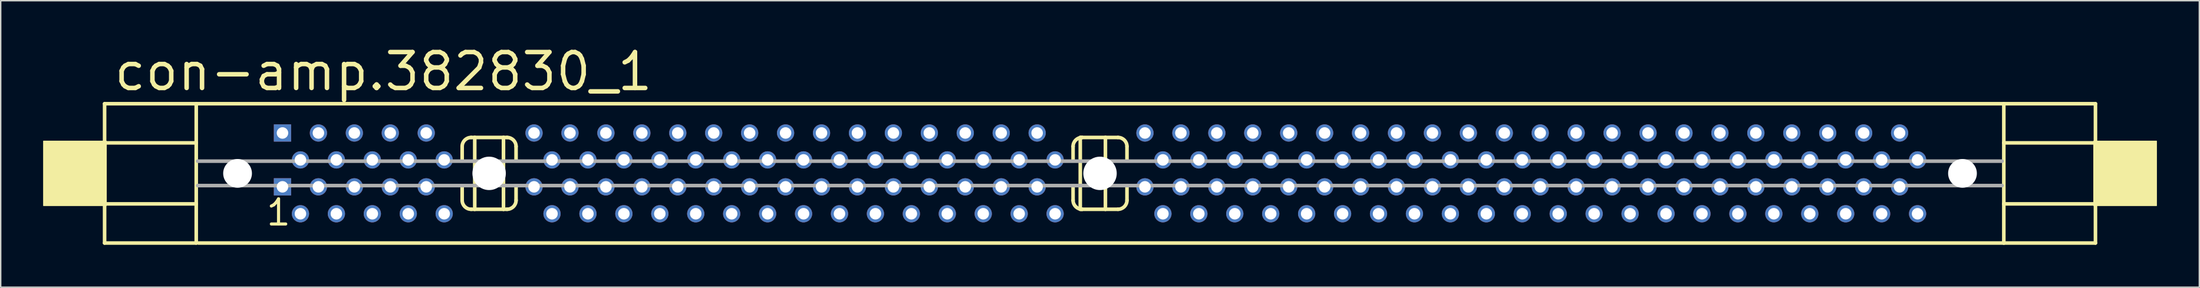
<source format=kicad_pcb>
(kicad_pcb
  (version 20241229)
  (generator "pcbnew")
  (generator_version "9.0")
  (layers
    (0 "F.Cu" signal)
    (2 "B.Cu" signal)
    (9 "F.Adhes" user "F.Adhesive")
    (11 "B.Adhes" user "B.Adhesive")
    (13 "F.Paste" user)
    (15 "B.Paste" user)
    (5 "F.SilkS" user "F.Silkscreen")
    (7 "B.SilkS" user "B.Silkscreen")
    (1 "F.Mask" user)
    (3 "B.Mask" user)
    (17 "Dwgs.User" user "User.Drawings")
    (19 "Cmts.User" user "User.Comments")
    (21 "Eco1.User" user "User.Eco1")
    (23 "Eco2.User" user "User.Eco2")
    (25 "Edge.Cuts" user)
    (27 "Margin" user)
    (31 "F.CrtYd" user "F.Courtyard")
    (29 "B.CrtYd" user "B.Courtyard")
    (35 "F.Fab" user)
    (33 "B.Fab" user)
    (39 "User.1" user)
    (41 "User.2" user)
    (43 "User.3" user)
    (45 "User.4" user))
  (footprint "con-amp.382830_1"
    (layer "F.Cu")
    (at 74.701 9.215)
    (property "Reference" "con-amp.382830_1" (at -69.85 -5.715 0) (layer "F.SilkS") (effects (font (size 2.54 2.54) (thickness 0.32)) (justify left bottom)))
    (attr through_hole)
    (fp_line (start -70.358 -4.928) (end -63.881 -4.928) (stroke (width 0.254) (type default)) (layer "F.SilkS"))
    (fp_line (start -70.358 -2.311) (end -70.358 -4.928) (stroke (width 0.254) (type default)) (layer "F.SilkS"))
    (fp_line (start -70.358 2.286) (end -70.358 4.928) (stroke (width 0.254) (type default)) (layer "F.SilkS"))
    (fp_line (start -70.358 4.928) (end -63.881 4.928) (stroke (width 0.254) (type default)) (layer "F.SilkS"))
    (fp_line (start -70.333 -2.159) (end -63.881 -2.159) (stroke (width 0.254) (type default)) (layer "F.SilkS"))
    (fp_line (start -63.881 -4.928) (end -63.881 -2.159) (stroke (width 0.254) (type default)) (layer "F.SilkS"))
    (fp_line (start -63.881 -4.928) (end 63.881 -4.928) (stroke (width 0.254) (type default)) (layer "F.SilkS"))
    (fp_line (start -63.881 -2.159) (end -63.881 2.159) (stroke (width 0.254) (type default)) (layer "F.SilkS"))
    (fp_line (start -63.881 2.159) (end -70.333 2.159) (stroke (width 0.254) (type default)) (layer "F.SilkS"))
    (fp_line (start -63.881 4.928) (end -63.881 2.159) (stroke (width 0.254) (type default)) (layer "F.SilkS"))
    (fp_line (start -45.085 -1.905) (end -45.085 -0.889) (stroke (width 0.254) (type default)) (layer "F.SilkS"))
    (fp_line (start -45.085 0.889) (end -45.085 1.905) (stroke (width 0.254) (type default)) (layer "F.SilkS"))
    (fp_line (start -44.45 2.54) (end -44.196 2.54) (stroke (width 0.254) (type default)) (layer "F.SilkS"))
    (fp_line (start -44.196 -2.54) (end -44.45 -2.54) (stroke (width 0.254) (type default)) (layer "F.SilkS"))
    (fp_line (start -44.196 2.54) (end -44.196 -2.54) (stroke (width 0.254) (type default)) (layer "F.SilkS"))
    (fp_line (start -44.196 2.54) (end -42.164 2.54) (stroke (width 0.254) (type default)) (layer "F.SilkS"))
    (fp_line (start -42.164 -2.54) (end -44.196 -2.54) (stroke (width 0.254) (type default)) (layer "F.SilkS"))
    (fp_line (start -42.164 2.54) (end -42.164 -2.54) (stroke (width 0.254) (type default)) (layer "F.SilkS"))
    (fp_line (start -42.164 2.54) (end -41.91 2.54) (stroke (width 0.254) (type default)) (layer "F.SilkS"))
    (fp_line (start -41.91 -2.54) (end -42.164 -2.54) (stroke (width 0.254) (type default)) (layer "F.SilkS"))
    (fp_line (start -41.275 -0.889) (end -41.275 -1.905) (stroke (width 0.254) (type default)) (layer "F.SilkS"))
    (fp_line (start -41.275 1.905) (end -41.275 0.889) (stroke (width 0.254) (type default)) (layer "F.SilkS"))
    (fp_line (start -1.905 -1.905) (end -1.905 -0.889) (stroke (width 0.254) (type default)) (layer "F.SilkS"))
    (fp_line (start -1.905 0.889) (end -1.905 1.905) (stroke (width 0.254) (type default)) (layer "F.SilkS"))
    (fp_line (start -1.397 2.54) (end -1.397 -2.54) (stroke (width 0.254) (type default)) (layer "F.SilkS"))
    (fp_line (start -1.397 2.54) (end -1.27 2.54) (stroke (width 0.254) (type default)) (layer "F.SilkS"))
    (fp_line (start -1.27 -2.54) (end -1.397 -2.54) (stroke (width 0.254) (type default)) (layer "F.SilkS"))
    (fp_line (start -1.27 2.54) (end 0.381 2.54) (stroke (width 0.254) (type default)) (layer "F.SilkS"))
    (fp_line (start 0.381 -2.54) (end -1.27 -2.54) (stroke (width 0.254) (type default)) (layer "F.SilkS"))
    (fp_line (start 0.381 2.54) (end 0.381 -2.54) (stroke (width 0.254) (type default)) (layer "F.SilkS"))
    (fp_line (start 0.381 2.54) (end 1.27 2.54) (stroke (width 0.254) (type default)) (layer "F.SilkS"))
    (fp_line (start 1.27 -2.54) (end 0.381 -2.54) (stroke (width 0.254) (type default)) (layer "F.SilkS"))
    (fp_line (start 1.905 -0.889) (end 1.905 -1.905) (stroke (width 0.254) (type default)) (layer "F.SilkS"))
    (fp_line (start 1.905 1.905) (end 1.905 0.889) (stroke (width 0.254) (type default)) (layer "F.SilkS"))
    (fp_line (start 63.881 -4.928) (end 63.881 -2.159) (stroke (width 0.254) (type default)) (layer "F.SilkS"))
    (fp_line (start 63.881 -2.159) (end 63.881 2.159) (stroke (width 0.254) (type default)) (layer "F.SilkS"))
    (fp_line (start 63.881 2.159) (end 63.881 4.928) (stroke (width 0.254) (type default)) (layer "F.SilkS"))
    (fp_line (start 63.881 4.928) (end -63.729 4.928) (stroke (width 0.254) (type default)) (layer "F.SilkS"))
    (fp_line (start 63.881 4.928) (end 70.358 4.928) (stroke (width 0.254) (type default)) (layer "F.SilkS"))
    (fp_line (start 70.358 -4.928) (end 63.881 -4.928) (stroke (width 0.254) (type default)) (layer "F.SilkS"))
    (fp_line (start 70.358 -2.159) (end 63.881 -2.159) (stroke (width 0.254) (type default)) (layer "F.SilkS"))
    (fp_line (start 70.358 -2.159) (end 70.358 -4.928) (stroke (width 0.254) (type default)) (layer "F.SilkS"))
    (fp_line (start 70.358 2.159) (end 63.881 2.159) (stroke (width 0.254) (type default)) (layer "F.SilkS"))
    (fp_line (start 70.358 4.928) (end 70.358 2.159) (stroke (width 0.254) (type default)) (layer "F.SilkS"))
    (fp_rect (start -74.676 2.286) (end -70.231 -2.286) (stroke (width 0.05) (type default)) (fill yes) (layer "F.SilkS"))
    (fp_rect (start 70.231 2.286) (end 74.676 -2.286) (stroke (width 0.05) (type default)) (fill yes) (layer "F.SilkS"))
    (fp_arc (start -45.085 -1.905) (mid -44.899013 -2.354013) (end -44.45 -2.54) (stroke (width 0.254) (type default)) (layer "F.SilkS"))
    (fp_arc (start -44.45 2.54) (mid -44.899013 2.354013) (end -45.085 1.905) (stroke (width 0.254) (type default)) (layer "F.SilkS"))
    (fp_arc (start -41.91 -2.54) (mid -41.460987 -2.354013) (end -41.275 -1.905) (stroke (width 0.254) (type default)) (layer "F.SilkS"))
    (fp_arc (start -41.275 1.905) (mid -41.460987 2.354013) (end -41.91 2.54) (stroke (width 0.254) (type default)) (layer "F.SilkS"))
    (fp_arc (start -1.905 -1.905) (mid -1.719013 -2.354013) (end -1.27 -2.54) (stroke (width 0.254) (type default)) (layer "F.SilkS"))
    (fp_arc (start -1.27 2.54) (mid -1.719013 2.354013) (end -1.905 1.905) (stroke (width 0.254) (type default)) (layer "F.SilkS"))
    (fp_arc (start 1.27 -2.54) (mid 1.719013 -2.354013) (end 1.905 -1.905) (stroke (width 0.254) (type default)) (layer "F.SilkS"))
    (fp_arc (start 1.905 1.905) (mid 1.719013 2.354013) (end 1.27 2.54) (stroke (width 0.254) (type default)) (layer "F.SilkS"))
    (fp_line (start -63.779 -0.864) (end 63.754 -0.864) (stroke (width 0.254) (type default)) (layer "F.Fab"))
    (fp_line (start -63.779 0.864) (end 63.754 0.864) (stroke (width 0.254) (type default)) (layer "F.Fab"))
    (fp_text user "1" (at -59.055 3.81 0) (layer "F.SilkS") (effects (font (size 1.778 1.778) (thickness 0.22)) (justify left bottom)))
    (pad "" np_thru_hole circle (at -60.96 0) (size 2.032 2.032) (drill 2.032) (layers "*.Cu" "*.Mask"))
    (pad "" np_thru_hole circle (at -43.18 0) (size 2.362 2.362) (drill 2.362) (layers "*.Cu" "*.Mask"))
    (pad "" np_thru_hole circle (at 0 0) (size 2.362 2.362) (drill 2.362) (layers "*.Cu" "*.Mask"))
    (pad "" np_thru_hole circle (at 60.96 0) (size 2.032 2.032) (drill 2.032) (layers "*.Cu" "*.Mask"))
    (pad "1" thru_hole rect (at -57.785 0.953) (size 1.219 1.219) (drill 0.813) (layers "*.Cu" "*.Mask"))
    (pad "2" thru_hole circle (at -56.515 2.857) (size 1.219 1.219) (drill 0.813) (layers "*.Cu" "*.Mask"))
    (pad "3" thru_hole circle (at -55.245 0.953) (size 1.219 1.219) (drill 0.813) (layers "*.Cu" "*.Mask"))
    (pad "4" thru_hole circle (at -53.975 2.857) (size 1.219 1.219) (drill 0.813) (layers "*.Cu" "*.Mask"))
    (pad "5" thru_hole circle (at -52.705 0.953) (size 1.219 1.219) (drill 0.813) (layers "*.Cu" "*.Mask"))
    (pad "6" thru_hole circle (at -51.435 2.857) (size 1.219 1.219) (drill 0.813) (layers "*.Cu" "*.Mask"))
    (pad "7" thru_hole circle (at -50.165 0.953) (size 1.219 1.219) (drill 0.813) (layers "*.Cu" "*.Mask"))
    (pad "8" thru_hole circle (at -48.895 2.857) (size 1.219 1.219) (drill 0.813) (layers "*.Cu" "*.Mask"))
    (pad "9" thru_hole circle (at -47.625 0.953) (size 1.219 1.219) (drill 0.813) (layers "*.Cu" "*.Mask"))
    (pad "10" thru_hole circle (at -46.355 2.857) (size 1.219 1.219) (drill 0.813) (layers "*.Cu" "*.Mask"))
    (pad "11" thru_hole circle (at -40.005 0.953) (size 1.219 1.219) (drill 0.813) (layers "*.Cu" "*.Mask"))
    (pad "12" thru_hole circle (at -38.735 2.857) (size 1.219 1.219) (drill 0.813) (layers "*.Cu" "*.Mask"))
    (pad "13" thru_hole circle (at -37.465 0.953) (size 1.219 1.219) (drill 0.813) (layers "*.Cu" "*.Mask"))
    (pad "14" thru_hole circle (at -36.195 2.857) (size 1.219 1.219) (drill 0.813) (layers "*.Cu" "*.Mask"))
    (pad "15" thru_hole circle (at -34.925 0.953) (size 1.219 1.219) (drill 0.813) (layers "*.Cu" "*.Mask"))
    (pad "16" thru_hole circle (at -33.655 2.857) (size 1.219 1.219) (drill 0.813) (layers "*.Cu" "*.Mask"))
    (pad "17" thru_hole circle (at -32.385 0.953) (size 1.219 1.219) (drill 0.813) (layers "*.Cu" "*.Mask"))
    (pad "18" thru_hole circle (at -31.115 2.857) (size 1.219 1.219) (drill 0.813) (layers "*.Cu" "*.Mask"))
    (pad "19" thru_hole circle (at -29.845 0.953) (size 1.219 1.219) (drill 0.813) (layers "*.Cu" "*.Mask"))
    (pad "20" thru_hole circle (at -28.575 2.857) (size 1.219 1.219) (drill 0.813) (layers "*.Cu" "*.Mask"))
    (pad "21" thru_hole circle (at -27.305 0.953) (size 1.219 1.219) (drill 0.813) (layers "*.Cu" "*.Mask"))
    (pad "22" thru_hole circle (at -26.035 2.857) (size 1.219 1.219) (drill 0.813) (layers "*.Cu" "*.Mask"))
    (pad "23" thru_hole circle (at -24.765 0.953) (size 1.219 1.219) (drill 0.813) (layers "*.Cu" "*.Mask"))
    (pad "24" thru_hole circle (at -23.495 2.857) (size 1.219 1.219) (drill 0.813) (layers "*.Cu" "*.Mask"))
    (pad "25" thru_hole circle (at -22.225 0.953) (size 1.219 1.219) (drill 0.813) (layers "*.Cu" "*.Mask"))
    (pad "26" thru_hole circle (at -20.955 2.857) (size 1.219 1.219) (drill 0.813) (layers "*.Cu" "*.Mask"))
    (pad "27" thru_hole circle (at -19.685 0.953) (size 1.219 1.219) (drill 0.813) (layers "*.Cu" "*.Mask"))
    (pad "28" thru_hole circle (at -18.415 2.857) (size 1.219 1.219) (drill 0.813) (layers "*.Cu" "*.Mask"))
    (pad "29" thru_hole circle (at -17.145 0.953) (size 1.219 1.219) (drill 0.813) (layers "*.Cu" "*.Mask"))
    (pad "30" thru_hole circle (at -15.875 2.857) (size 1.219 1.219) (drill 0.813) (layers "*.Cu" "*.Mask"))
    (pad "31" thru_hole circle (at -14.605 0.953) (size 1.219 1.219) (drill 0.813) (layers "*.Cu" "*.Mask"))
    (pad "32" thru_hole circle (at -13.335 2.857) (size 1.219 1.219) (drill 0.813) (layers "*.Cu" "*.Mask"))
    (pad "33" thru_hole circle (at -12.065 0.953) (size 1.219 1.219) (drill 0.813) (layers "*.Cu" "*.Mask"))
    (pad "34" thru_hole circle (at -10.795 2.857) (size 1.219 1.219) (drill 0.813) (layers "*.Cu" "*.Mask"))
    (pad "35" thru_hole circle (at -9.525 0.953) (size 1.219 1.219) (drill 0.813) (layers "*.Cu" "*.Mask"))
    (pad "36" thru_hole circle (at -8.255 2.857) (size 1.219 1.219) (drill 0.813) (layers "*.Cu" "*.Mask"))
    (pad "37" thru_hole circle (at -6.985 0.953) (size 1.219 1.219) (drill 0.813) (layers "*.Cu" "*.Mask"))
    (pad "38" thru_hole circle (at -5.715 2.857) (size 1.219 1.219) (drill 0.813) (layers "*.Cu" "*.Mask"))
    (pad "39" thru_hole circle (at -4.445 0.953) (size 1.219 1.219) (drill 0.813) (layers "*.Cu" "*.Mask"))
    (pad "40" thru_hole circle (at -3.175 2.857) (size 1.219 1.219) (drill 0.813) (layers "*.Cu" "*.Mask"))
    (pad "41" thru_hole circle (at 3.175 0.953) (size 1.219 1.219) (drill 0.813) (layers "*.Cu" "*.Mask"))
    (pad "42" thru_hole circle (at 4.445 2.857) (size 1.219 1.219) (drill 0.813) (layers "*.Cu" "*.Mask"))
    (pad "43" thru_hole circle (at 5.715 0.953) (size 1.219 1.219) (drill 0.813) (layers "*.Cu" "*.Mask"))
    (pad "44" thru_hole circle (at 6.985 2.857) (size 1.219 1.219) (drill 0.813) (layers "*.Cu" "*.Mask"))
    (pad "45" thru_hole circle (at 8.255 0.953) (size 1.219 1.219) (drill 0.813) (layers "*.Cu" "*.Mask"))
    (pad "46" thru_hole circle (at 9.525 2.857) (size 1.219 1.219) (drill 0.813) (layers "*.Cu" "*.Mask"))
    (pad "47" thru_hole circle (at 10.795 0.953) (size 1.219 1.219) (drill 0.813) (layers "*.Cu" "*.Mask"))
    (pad "48" thru_hole circle (at 12.065 2.857) (size 1.219 1.219) (drill 0.813) (layers "*.Cu" "*.Mask"))
    (pad "49" thru_hole circle (at 13.335 0.953) (size 1.219 1.219) (drill 0.813) (layers "*.Cu" "*.Mask"))
    (pad "50" thru_hole circle (at 14.605 2.857) (size 1.219 1.219) (drill 0.813) (layers "*.Cu" "*.Mask"))
    (pad "51" thru_hole circle (at 15.875 0.953) (size 1.219 1.219) (drill 0.813) (layers "*.Cu" "*.Mask"))
    (pad "52" thru_hole circle (at 17.145 2.857) (size 1.219 1.219) (drill 0.813) (layers "*.Cu" "*.Mask"))
    (pad "53" thru_hole circle (at 18.415 0.953) (size 1.219 1.219) (drill 0.813) (layers "*.Cu" "*.Mask"))
    (pad "54" thru_hole circle (at 19.685 2.857) (size 1.219 1.219) (drill 0.813) (layers "*.Cu" "*.Mask"))
    (pad "55" thru_hole circle (at 20.955 0.953) (size 1.219 1.219) (drill 0.813) (layers "*.Cu" "*.Mask"))
    (pad "56" thru_hole circle (at 22.225 2.857) (size 1.219 1.219) (drill 0.813) (layers "*.Cu" "*.Mask"))
    (pad "57" thru_hole circle (at 23.495 0.953) (size 1.219 1.219) (drill 0.813) (layers "*.Cu" "*.Mask"))
    (pad "58" thru_hole circle (at 24.765 2.857) (size 1.219 1.219) (drill 0.813) (layers "*.Cu" "*.Mask"))
    (pad "59" thru_hole circle (at 26.035 0.953) (size 1.219 1.219) (drill 0.813) (layers "*.Cu" "*.Mask"))
    (pad "60" thru_hole circle (at 27.305 2.857) (size 1.219 1.219) (drill 0.813) (layers "*.Cu" "*.Mask"))
    (pad "61" thru_hole circle (at 28.575 0.953) (size 1.219 1.219) (drill 0.813) (layers "*.Cu" "*.Mask"))
    (pad "62" thru_hole circle (at 29.845 2.857) (size 1.219 1.219) (drill 0.813) (layers "*.Cu" "*.Mask"))
    (pad "63" thru_hole circle (at 31.115 0.953) (size 1.219 1.219) (drill 0.813) (layers "*.Cu" "*.Mask"))
    (pad "64" thru_hole circle (at 32.385 2.857) (size 1.219 1.219) (drill 0.813) (layers "*.Cu" "*.Mask"))
    (pad "65" thru_hole circle (at 33.655 0.953) (size 1.219 1.219) (drill 0.813) (layers "*.Cu" "*.Mask"))
    (pad "66" thru_hole circle (at 34.925 2.857) (size 1.219 1.219) (drill 0.813) (layers "*.Cu" "*.Mask"))
    (pad "67" thru_hole circle (at 36.195 0.953) (size 1.219 1.219) (drill 0.813) (layers "*.Cu" "*.Mask"))
    (pad "68" thru_hole circle (at 37.465 2.857) (size 1.219 1.219) (drill 0.813) (layers "*.Cu" "*.Mask"))
    (pad "69" thru_hole circle (at 38.735 0.953) (size 1.219 1.219) (drill 0.813) (layers "*.Cu" "*.Mask"))
    (pad "70" thru_hole circle (at 40.005 2.857) (size 1.219 1.219) (drill 0.813) (layers "*.Cu" "*.Mask"))
    (pad "71" thru_hole circle (at 41.275 0.953) (size 1.219 1.219) (drill 0.813) (layers "*.Cu" "*.Mask"))
    (pad "72" thru_hole circle (at 42.545 2.857) (size 1.219 1.219) (drill 0.813) (layers "*.Cu" "*.Mask"))
    (pad "73" thru_hole circle (at 43.815 0.953) (size 1.219 1.219) (drill 0.813) (layers "*.Cu" "*.Mask"))
    (pad "74" thru_hole circle (at 45.085 2.857) (size 1.219 1.219) (drill 0.813) (layers "*.Cu" "*.Mask"))
    (pad "75" thru_hole circle (at 46.355 0.953) (size 1.219 1.219) (drill 0.813) (layers "*.Cu" "*.Mask"))
    (pad "76" thru_hole circle (at 47.625 2.857) (size 1.219 1.219) (drill 0.813) (layers "*.Cu" "*.Mask"))
    (pad "77" thru_hole circle (at 48.895 0.953) (size 1.219 1.219) (drill 0.813) (layers "*.Cu" "*.Mask"))
    (pad "78" thru_hole circle (at 50.165 2.857) (size 1.219 1.219) (drill 0.813) (layers "*.Cu" "*.Mask"))
    (pad "79" thru_hole circle (at 51.435 0.953) (size 1.219 1.219) (drill 0.813) (layers "*.Cu" "*.Mask"))
    (pad "80" thru_hole circle (at 52.705 2.857) (size 1.219 1.219) (drill 0.813) (layers "*.Cu" "*.Mask"))
    (pad "81" thru_hole circle (at 53.975 0.953) (size 1.219 1.219) (drill 0.813) (layers "*.Cu" "*.Mask"))
    (pad "82" thru_hole circle (at 55.245 2.857) (size 1.219 1.219) (drill 0.813) (layers "*.Cu" "*.Mask"))
    (pad "83" thru_hole circle (at 56.515 0.953) (size 1.219 1.219) (drill 0.813) (layers "*.Cu" "*.Mask"))
    (pad "84" thru_hole circle (at 57.785 2.857) (size 1.219 1.219) (drill 0.813) (layers "*.Cu" "*.Mask"))
    (pad "85" thru_hole rect (at -57.785 -2.857) (size 1.219 1.219) (drill 0.813) (layers "*.Cu" "*.Mask"))
    (pad "86" thru_hole circle (at -56.515 -0.953) (size 1.219 1.219) (drill 0.813) (layers "*.Cu" "*.Mask"))
    (pad "87" thru_hole circle (at -55.245 -2.857) (size 1.219 1.219) (drill 0.813) (layers "*.Cu" "*.Mask"))
    (pad "88" thru_hole circle (at -53.975 -0.953) (size 1.219 1.219) (drill 0.813) (layers "*.Cu" "*.Mask"))
    (pad "89" thru_hole circle (at -52.705 -2.857) (size 1.219 1.219) (drill 0.813) (layers "*.Cu" "*.Mask"))
    (pad "90" thru_hole circle (at -51.435 -0.953) (size 1.219 1.219) (drill 0.813) (layers "*.Cu" "*.Mask"))
    (pad "91" thru_hole circle (at -50.165 -2.857) (size 1.219 1.219) (drill 0.813) (layers "*.Cu" "*.Mask"))
    (pad "92" thru_hole circle (at -48.895 -0.953) (size 1.219 1.219) (drill 0.813) (layers "*.Cu" "*.Mask"))
    (pad "93" thru_hole circle (at -47.625 -2.857) (size 1.219 1.219) (drill 0.813) (layers "*.Cu" "*.Mask"))
    (pad "94" thru_hole circle (at -46.355 -0.953) (size 1.219 1.219) (drill 0.813) (layers "*.Cu" "*.Mask"))
    (pad "95" thru_hole circle (at -40.005 -2.857) (size 1.219 1.219) (drill 0.813) (layers "*.Cu" "*.Mask"))
    (pad "96" thru_hole circle (at -38.735 -0.953) (size 1.219 1.219) (drill 0.813) (layers "*.Cu" "*.Mask"))
    (pad "97" thru_hole circle (at -37.465 -2.857) (size 1.219 1.219) (drill 0.813) (layers "*.Cu" "*.Mask"))
    (pad "98" thru_hole circle (at -36.195 -0.953) (size 1.219 1.219) (drill 0.813) (layers "*.Cu" "*.Mask"))
    (pad "99" thru_hole circle (at -34.925 -2.857) (size 1.219 1.219) (drill 0.813) (layers "*.Cu" "*.Mask"))
    (pad "100" thru_hole circle (at -33.655 -0.953) (size 1.219 1.219) (drill 0.813) (layers "*.Cu" "*.Mask"))
    (pad "101" thru_hole circle (at -32.385 -2.857) (size 1.219 1.219) (drill 0.813) (layers "*.Cu" "*.Mask"))
    (pad "102" thru_hole circle (at -31.115 -0.953) (size 1.219 1.219) (drill 0.813) (layers "*.Cu" "*.Mask"))
    (pad "103" thru_hole circle (at -29.845 -2.857) (size 1.219 1.219) (drill 0.813) (layers "*.Cu" "*.Mask"))
    (pad "104" thru_hole circle (at -28.575 -0.953) (size 1.219 1.219) (drill 0.813) (layers "*.Cu" "*.Mask"))
    (pad "105" thru_hole circle (at -27.305 -2.857) (size 1.219 1.219) (drill 0.813) (layers "*.Cu" "*.Mask"))
    (pad "106" thru_hole circle (at -26.035 -0.953) (size 1.219 1.219) (drill 0.813) (layers "*.Cu" "*.Mask"))
    (pad "107" thru_hole circle (at -24.765 -2.857) (size 1.219 1.219) (drill 0.813) (layers "*.Cu" "*.Mask"))
    (pad "108" thru_hole circle (at -23.495 -0.953) (size 1.219 1.219) (drill 0.813) (layers "*.Cu" "*.Mask"))
    (pad "109" thru_hole circle (at -22.225 -2.857) (size 1.219 1.219) (drill 0.813) (layers "*.Cu" "*.Mask"))
    (pad "110" thru_hole circle (at -20.955 -0.953) (size 1.219 1.219) (drill 0.813) (layers "*.Cu" "*.Mask"))
    (pad "111" thru_hole circle (at -19.685 -2.857) (size 1.219 1.219) (drill 0.813) (layers "*.Cu" "*.Mask"))
    (pad "112" thru_hole circle (at -18.415 -0.953) (size 1.219 1.219) (drill 0.813) (layers "*.Cu" "*.Mask"))
    (pad "113" thru_hole circle (at -17.145 -2.857) (size 1.219 1.219) (drill 0.813) (layers "*.Cu" "*.Mask"))
    (pad "114" thru_hole circle (at -15.875 -0.953) (size 1.219 1.219) (drill 0.813) (layers "*.Cu" "*.Mask"))
    (pad "115" thru_hole circle (at -14.605 -2.857) (size 1.219 1.219) (drill 0.813) (layers "*.Cu" "*.Mask"))
    (pad "116" thru_hole circle (at -13.335 -0.953) (size 1.219 1.219) (drill 0.813) (layers "*.Cu" "*.Mask"))
    (pad "117" thru_hole circle (at -12.065 -2.857) (size 1.219 1.219) (drill 0.813) (layers "*.Cu" "*.Mask"))
    (pad "118" thru_hole circle (at -10.795 -0.953) (size 1.219 1.219) (drill 0.813) (layers "*.Cu" "*.Mask"))
    (pad "119" thru_hole circle (at -9.525 -2.857) (size 1.219 1.219) (drill 0.813) (layers "*.Cu" "*.Mask"))
    (pad "120" thru_hole circle (at -8.255 -0.953) (size 1.219 1.219) (drill 0.813) (layers "*.Cu" "*.Mask"))
    (pad "121" thru_hole circle (at -6.985 -2.857) (size 1.219 1.219) (drill 0.813) (layers "*.Cu" "*.Mask"))
    (pad "122" thru_hole circle (at -5.715 -0.953) (size 1.219 1.219) (drill 0.813) (layers "*.Cu" "*.Mask"))
    (pad "123" thru_hole circle (at -4.445 -2.857) (size 1.219 1.219) (drill 0.813) (layers "*.Cu" "*.Mask"))
    (pad "124" thru_hole circle (at -3.175 -0.953) (size 1.219 1.219) (drill 0.813) (layers "*.Cu" "*.Mask"))
    (pad "125" thru_hole circle (at 3.175 -2.857) (size 1.219 1.219) (drill 0.813) (layers "*.Cu" "*.Mask"))
    (pad "126" thru_hole circle (at 4.445 -0.953) (size 1.219 1.219) (drill 0.813) (layers "*.Cu" "*.Mask"))
    (pad "127" thru_hole circle (at 5.715 -2.857) (size 1.219 1.219) (drill 0.813) (layers "*.Cu" "*.Mask"))
    (pad "128" thru_hole circle (at 6.985 -0.953) (size 1.219 1.219) (drill 0.813) (layers "*.Cu" "*.Mask"))
    (pad "129" thru_hole circle (at 8.255 -2.857) (size 1.219 1.219) (drill 0.813) (layers "*.Cu" "*.Mask"))
    (pad "130" thru_hole circle (at 9.525 -0.953) (size 1.219 1.219) (drill 0.813) (layers "*.Cu" "*.Mask"))
    (pad "131" thru_hole circle (at 10.795 -2.857) (size 1.219 1.219) (drill 0.813) (layers "*.Cu" "*.Mask"))
    (pad "132" thru_hole circle (at 12.065 -0.953) (size 1.219 1.219) (drill 0.813) (layers "*.Cu" "*.Mask"))
    (pad "133" thru_hole circle (at 13.335 -2.857) (size 1.219 1.219) (drill 0.813) (layers "*.Cu" "*.Mask"))
    (pad "134" thru_hole circle (at 14.605 -0.953) (size 1.219 1.219) (drill 0.813) (layers "*.Cu" "*.Mask"))
    (pad "135" thru_hole circle (at 15.875 -2.857) (size 1.219 1.219) (drill 0.813) (layers "*.Cu" "*.Mask"))
    (pad "136" thru_hole circle (at 17.145 -0.953) (size 1.219 1.219) (drill 0.813) (layers "*.Cu" "*.Mask"))
    (pad "137" thru_hole circle (at 18.415 -2.857) (size 1.219 1.219) (drill 0.813) (layers "*.Cu" "*.Mask"))
    (pad "138" thru_hole circle (at 19.685 -0.953) (size 1.219 1.219) (drill 0.813) (layers "*.Cu" "*.Mask"))
    (pad "139" thru_hole circle (at 20.955 -2.857) (size 1.219 1.219) (drill 0.813) (layers "*.Cu" "*.Mask"))
    (pad "140" thru_hole circle (at 22.225 -0.953) (size 1.219 1.219) (drill 0.813) (layers "*.Cu" "*.Mask"))
    (pad "141" thru_hole circle (at 23.495 -2.857) (size 1.219 1.219) (drill 0.813) (layers "*.Cu" "*.Mask"))
    (pad "142" thru_hole circle (at 24.765 -0.953) (size 1.219 1.219) (drill 0.813) (layers "*.Cu" "*.Mask"))
    (pad "143" thru_hole circle (at 26.035 -2.857) (size 1.219 1.219) (drill 0.813) (layers "*.Cu" "*.Mask"))
    (pad "144" thru_hole circle (at 27.305 -0.953) (size 1.219 1.219) (drill 0.813) (layers "*.Cu" "*.Mask"))
    (pad "145" thru_hole circle (at 28.575 -2.857) (size 1.219 1.219) (drill 0.813) (layers "*.Cu" "*.Mask"))
    (pad "146" thru_hole circle (at 29.845 -0.953) (size 1.219 1.219) (drill 0.813) (layers "*.Cu" "*.Mask"))
    (pad "147" thru_hole circle (at 31.115 -2.857) (size 1.219 1.219) (drill 0.813) (layers "*.Cu" "*.Mask"))
    (pad "148" thru_hole circle (at 32.385 -0.953) (size 1.219 1.219) (drill 0.813) (layers "*.Cu" "*.Mask"))
    (pad "149" thru_hole circle (at 33.655 -2.857) (size 1.219 1.219) (drill 0.813) (layers "*.Cu" "*.Mask"))
    (pad "150" thru_hole circle (at 34.925 -0.953) (size 1.219 1.219) (drill 0.813) (layers "*.Cu" "*.Mask"))
    (pad "151" thru_hole circle (at 36.195 -2.857) (size 1.219 1.219) (drill 0.813) (layers "*.Cu" "*.Mask"))
    (pad "152" thru_hole circle (at 37.465 -0.953) (size 1.219 1.219) (drill 0.813) (layers "*.Cu" "*.Mask"))
    (pad "153" thru_hole circle (at 38.735 -2.857) (size 1.219 1.219) (drill 0.813) (layers "*.Cu" "*.Mask"))
    (pad "154" thru_hole circle (at 40.005 -0.953) (size 1.219 1.219) (drill 0.813) (layers "*.Cu" "*.Mask"))
    (pad "155" thru_hole circle (at 41.275 -2.857) (size 1.219 1.219) (drill 0.813) (layers "*.Cu" "*.Mask"))
    (pad "156" thru_hole circle (at 42.545 -0.953) (size 1.219 1.219) (drill 0.813) (layers "*.Cu" "*.Mask"))
    (pad "157" thru_hole circle (at 43.815 -2.857) (size 1.219 1.219) (drill 0.813) (layers "*.Cu" "*.Mask"))
    (pad "158" thru_hole circle (at 45.085 -0.953) (size 1.219 1.219) (drill 0.813) (layers "*.Cu" "*.Mask"))
    (pad "159" thru_hole circle (at 46.355 -2.857) (size 1.219 1.219) (drill 0.813) (layers "*.Cu" "*.Mask"))
    (pad "160" thru_hole circle (at 47.625 -0.953) (size 1.219 1.219) (drill 0.813) (layers "*.Cu" "*.Mask"))
    (pad "161" thru_hole circle (at 48.895 -2.857) (size 1.219 1.219) (drill 0.813) (layers "*.Cu" "*.Mask"))
    (pad "162" thru_hole circle (at 50.165 -0.953) (size 1.219 1.219) (drill 0.813) (layers "*.Cu" "*.Mask"))
    (pad "163" thru_hole circle (at 51.435 -2.857) (size 1.219 1.219) (drill 0.813) (layers "*.Cu" "*.Mask"))
    (pad "164" thru_hole circle (at 52.705 -0.953) (size 1.219 1.219) (drill 0.813) (layers "*.Cu" "*.Mask"))
    (pad "165" thru_hole circle (at 53.975 -2.857) (size 1.219 1.219) (drill 0.813) (layers "*.Cu" "*.Mask"))
    (pad "166" thru_hole circle (at 55.245 -0.953) (size 1.219 1.219) (drill 0.813) (layers "*.Cu" "*.Mask"))
    (pad "167" thru_hole circle (at 56.515 -2.857) (size 1.219 1.219) (drill 0.813) (layers "*.Cu" "*.Mask"))
    (pad "168" thru_hole circle (at 57.785 -0.953) (size 1.219 1.219) (drill 0.813) (layers "*.Cu" "*.Mask")))
  (gr_rect
    (start -3 -3)
    (end 152.402 17.27)
    (stroke (width 0.1) (type default))
    (fill no)
    (layer "Edge.Cuts")))
</source>
